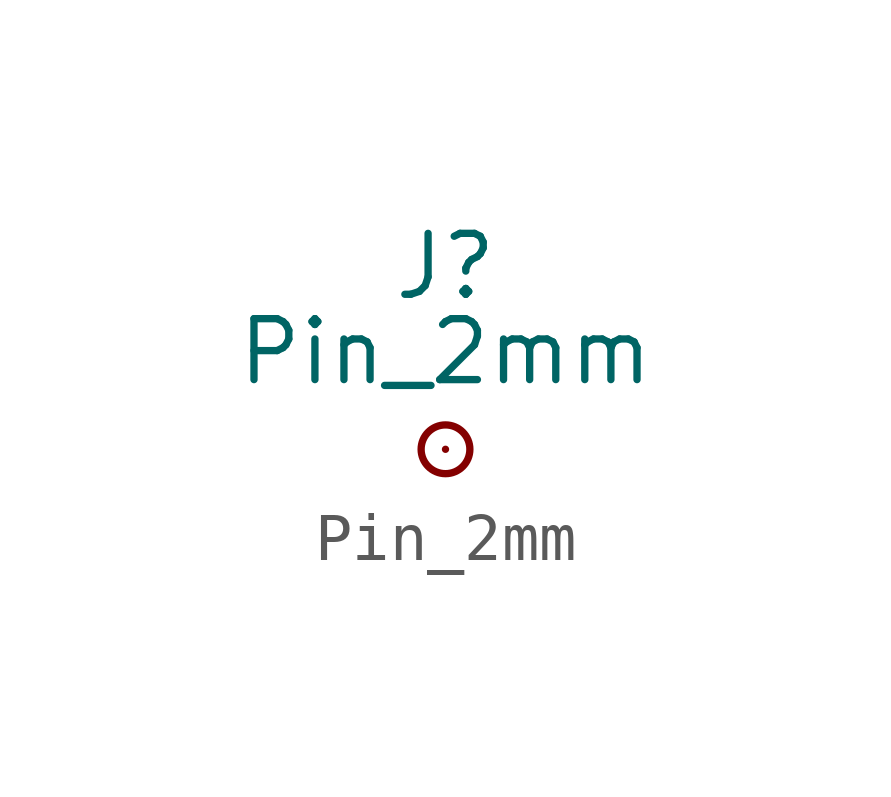
<source format=kicad_sym>
(kicad_symbol_lib
  (version 20231120)
  (generator "kicad_symbol_editor")
  (generator_version "8.0")
  (symbol "Pin_2mm"
    (pin_numbers hide)
    (pin_names
      (offset 0.762) hide)
    (property "Reference" "J"
      (at 0 3.81 0)
      (effects (font (size 1.27 1.27))))
    (property "Value" "Pin_2mm"
      (at 0 2.032 0)
      (effects (font (size 1.27 1.27))))
    (symbol "Pin_2mm_0_1"
      (circle (center 0 0) (radius 0.508) (stroke (width 0) (type default)) (fill (type none))))
    (symbol "Pin_2mm_1_1"
      (pin passive line (at 0 0 90) (length 0) (name "1" (effects (font (size 1.27 1.27)))) (number "1" (effects (font (size 1.27 1.27))))))))
</source>
